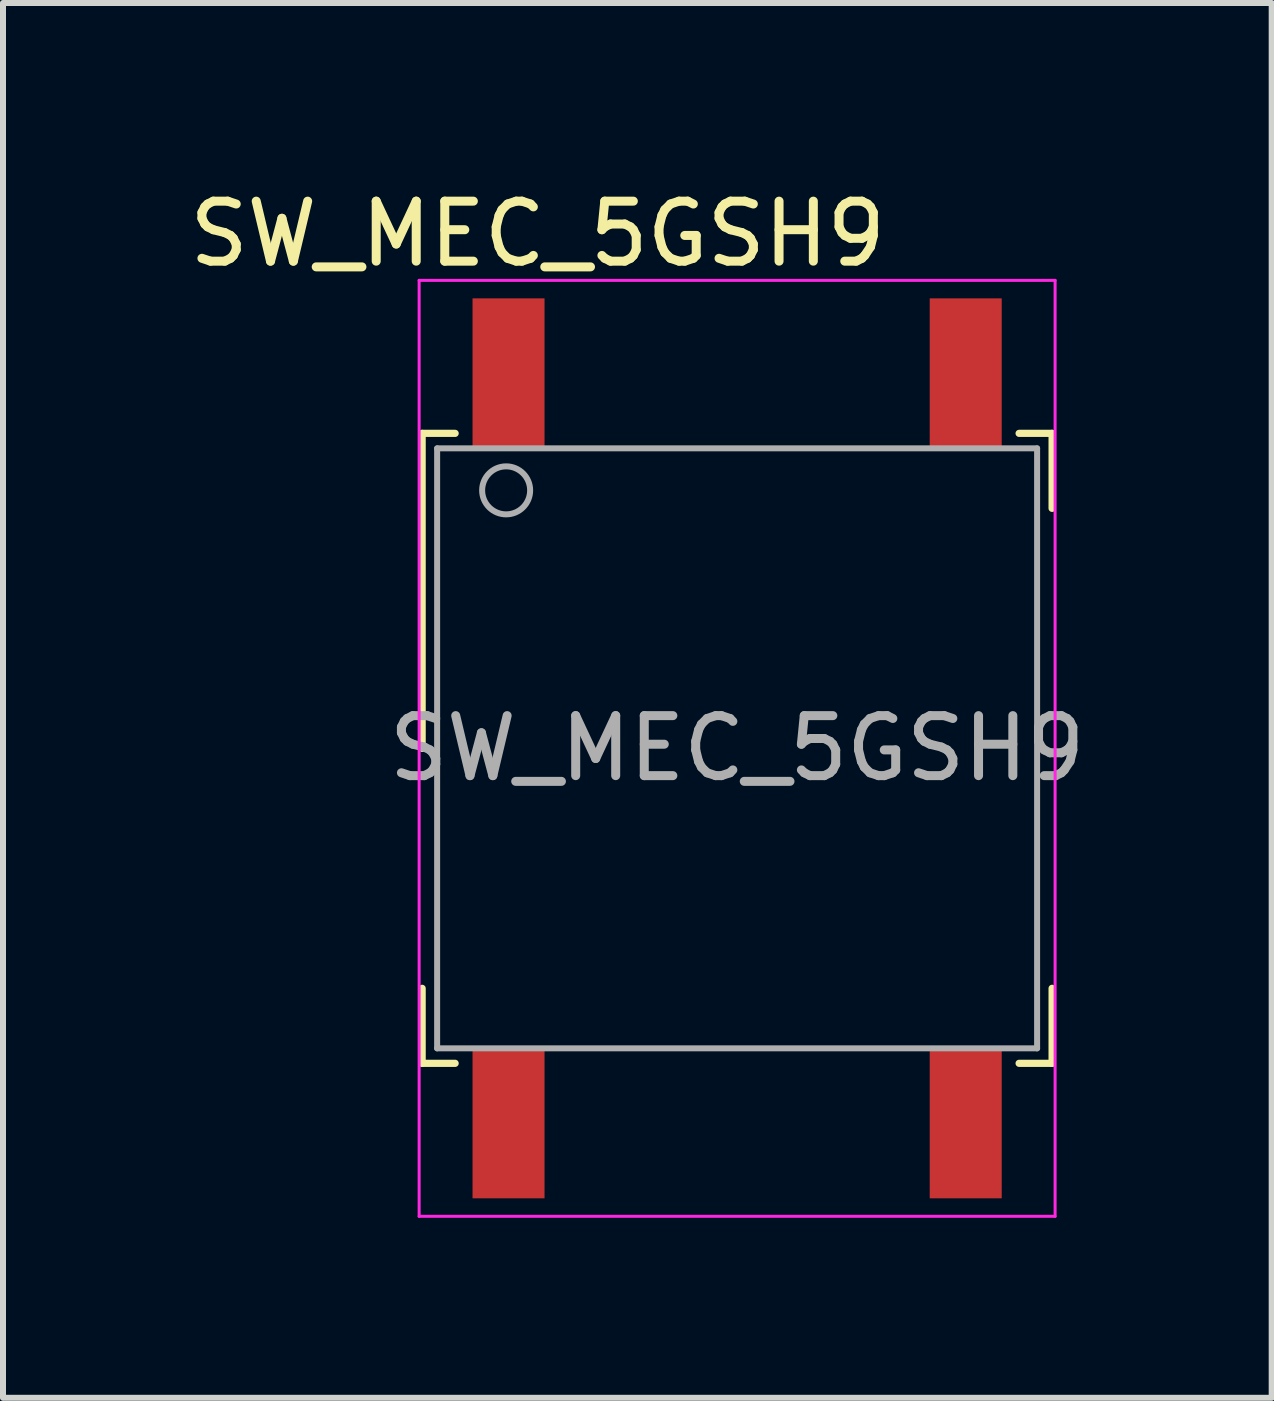
<source format=kicad_pcb>
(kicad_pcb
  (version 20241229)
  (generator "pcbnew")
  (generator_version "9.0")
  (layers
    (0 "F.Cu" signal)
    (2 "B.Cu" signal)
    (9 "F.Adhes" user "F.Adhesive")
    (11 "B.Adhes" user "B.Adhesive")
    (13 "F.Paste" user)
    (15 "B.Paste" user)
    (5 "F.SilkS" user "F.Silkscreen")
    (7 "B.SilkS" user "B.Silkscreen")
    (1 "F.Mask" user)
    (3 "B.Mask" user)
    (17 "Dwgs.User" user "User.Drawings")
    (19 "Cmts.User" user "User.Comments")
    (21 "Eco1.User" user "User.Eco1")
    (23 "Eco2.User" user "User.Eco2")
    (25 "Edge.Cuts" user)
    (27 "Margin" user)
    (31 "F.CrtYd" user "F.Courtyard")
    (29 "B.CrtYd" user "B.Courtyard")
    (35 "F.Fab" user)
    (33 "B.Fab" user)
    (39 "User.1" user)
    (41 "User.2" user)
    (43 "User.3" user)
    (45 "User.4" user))
  (footprint "SW_MEC_5GSH9"
    (layer "F.Cu")
    (at 9.236 9.423)
    (property "Reference" "SW_MEC_5GSH9" (at -3.325 -8.575 180) (layer "F.SilkS") (effects (font (size 1 1) (thickness 0.15))))
    (attr smd)
    (fp_line (start -5.25 -5.25) (end -5.25 0) (stroke (width 0.12) (type solid)) (layer "F.SilkS"))
    (fp_line (start -5.25 5.25) (end -5.25 4) (stroke (width 0.12) (type solid)) (layer "F.SilkS"))
    (fp_line (start -4.7 -5.25) (end -5.25 -5.25) (stroke (width 0.12) (type solid)) (layer "F.SilkS"))
    (fp_line (start -4.7 5.25) (end -5.25 5.25) (stroke (width 0.12) (type solid)) (layer "F.SilkS"))
    (fp_line (start 4.7 -5.25) (end 5.25 -5.25) (stroke (width 0.12) (type solid)) (layer "F.SilkS"))
    (fp_line (start 4.7 5.25) (end 5.25 5.25) (stroke (width 0.12) (type solid)) (layer "F.SilkS"))
    (fp_line (start 5.25 -5.25) (end 5.25 -4) (stroke (width 0.12) (type solid)) (layer "F.SilkS"))
    (fp_line (start 5.25 5.25) (end 5.25 4) (stroke (width 0.12) (type solid)) (layer "F.SilkS"))
    (fp_line (start -5.3 -7.8) (end 5.3 -7.8) (stroke (width 0.05) (type solid)) (layer "F.CrtYd"))
    (fp_line (start -5.3 7.8) (end -5.3 -7.8) (stroke (width 0.05) (type solid)) (layer "F.CrtYd"))
    (fp_line (start 5.3 -7.8) (end 5.3 7.8) (stroke (width 0.05) (type solid)) (layer "F.CrtYd"))
    (fp_line (start 5.3 7.8) (end -5.3 7.8) (stroke (width 0.05) (type solid)) (layer "F.CrtYd"))
    (fp_line (start -5 -5) (end 5 -5) (stroke (width 0.1) (type solid)) (layer "F.Fab"))
    (fp_line (start -5 5) (end -5 -5) (stroke (width 0.1) (type solid)) (layer "F.Fab"))
    (fp_line (start 5 -5) (end 5 5) (stroke (width 0.1) (type solid)) (layer "F.Fab"))
    (fp_line (start 5 5) (end -5 5) (stroke (width 0.1) (type solid)) (layer "F.Fab"))
    (fp_circle (center -3.85 -4.3) (end -3.85 -4.7) (stroke (width 0.1) (type solid)) (fill no) (layer "F.Fab"))
    (fp_text user "${REFERENCE}" (at 0 0 0) (layer "F.Fab") (effects (font (size 1 1) (thickness 0.15))))
    (pad "1" smd rect (at -3.81 -6.25 90) (size 2.5 1.2) (layers "F.Cu" "F.Mask" "F.Paste"))
    (pad "2" smd rect (at -3.81 6.25 90) (size 2.5 1.2) (layers "F.Cu" "F.Mask" "F.Paste"))
    (pad "3" smd rect (at 3.81 -6.25 90) (size 2.5 1.2) (layers "F.Cu" "F.Mask" "F.Paste"))
    (pad "4" smd rect (at 3.81 6.25 90) (size 2.5 1.2) (layers "F.Cu" "F.Mask" "F.Paste")))
  (gr_rect
    (start -3 -3)
    (end 18.146 20.248)
    (stroke (width 0.1) (type default))
    (fill no)
    (layer "Edge.Cuts")))
</source>
